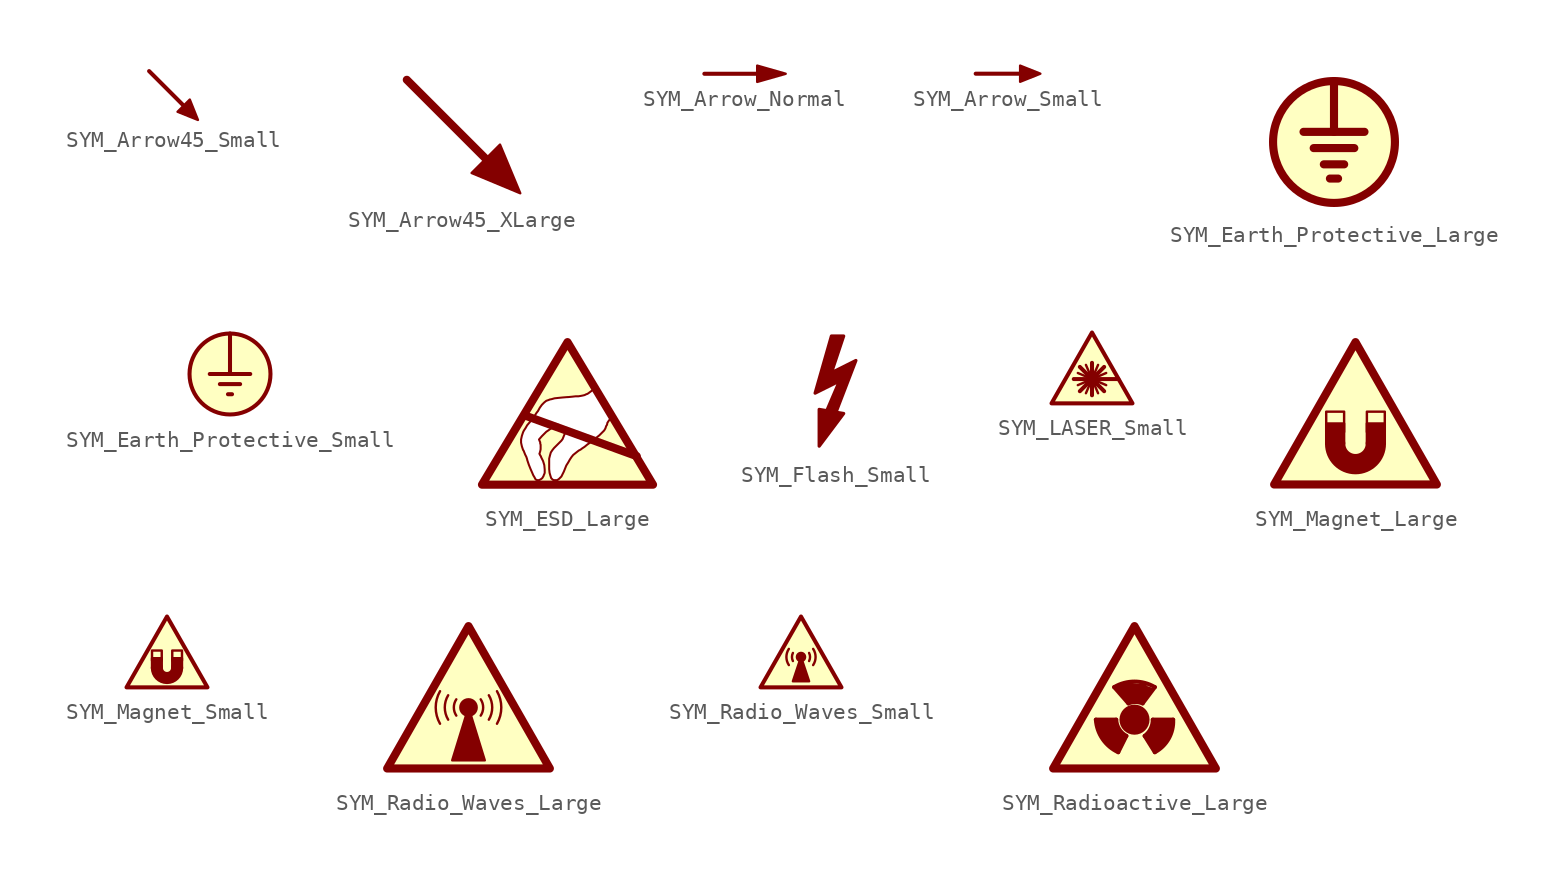
<source format=kicad_sym>
(kicad_symbol_lib
  (version 20220914)
  (generator kicad_symbol_editor)
  (symbol "SYM_Arrow45_Small"
    (property "Reference" "#SYM"
      (at 4.318 1.016 0)
      (effects (font (size 1.27 1.27)) hide))
    (symbol "SYM_Arrow45_Small_0_1"
      (polyline (pts (xy 1.27 -1.27) (xy -1.524 1.524)) (stroke (width 0.254) (type default)) (fill (type none)))
      (polyline (pts (xy 1.524 -1.524) (xy 0.254 -1.016) (xy 1.016 -0.254) (xy 1.524 -1.524)) (stroke (width 0) (type default)) (fill (type outline)))))
  (symbol "SYM_Arrow45_XLarge"
    (property "Reference" "#SYM"
      (at 2.794 2.54 0)
      (effects (font (size 1.27 1.27)) hide))
    (symbol "SYM_Arrow45_XLarge_0_1"
      (polyline (pts (xy 3.048 -3.048) (xy -3.556 3.556)) (stroke (width 0.508) (type default)) (fill (type none)))
      (polyline (pts (xy 3.556 -3.556) (xy 0.508 -2.286) (xy 2.286 -0.508) (xy 3.556 -3.556)) (stroke (width 0) (type default)) (fill (type outline)))))
  (symbol "SYM_Arrow_Normal"
    (property "Reference" "#SYM"
      (at 0 1.524 0)
      (effects (font (size 1.27 1.27)) hide))
    (symbol "SYM_Arrow_Normal_0_1"
      (polyline (pts (xy 1.524 0) (xy -2.54 0)) (stroke (width 0.254) (type default)) (fill (type none)))
      (polyline (pts (xy 2.54 0) (xy 0.762 -0.508) (xy 0.762 0.508) (xy 2.54 0)) (stroke (width 0) (type default)) (fill (type outline)))))
  (symbol "SYM_Arrow_Small"
    (property "Reference" "#SYM"
      (at 0 1.524 0)
      (effects (font (size 1.27 1.27)) hide))
    (symbol "SYM_Arrow_Small_0_1"
      (polyline (pts (xy 1.524 0) (xy -2.032 0)) (stroke (width 0.254) (type default)) (fill (type none)))
      (polyline (pts (xy 2.032 0) (xy 0.762 -0.508) (xy 0.762 0.508) (xy 2.032 0)) (stroke (width 0) (type default)) (fill (type outline)))))
  (symbol "SYM_Earth_Protective_Large"
    (property "Reference" "#SYM"
      (at 0 5.08 0)
      (effects (font (size 1.27 1.27)) hide))
    (symbol "SYM_Earth_Protective_Large_0_1"
      (polyline (pts (xy -1.27 -0.381) (xy 1.27 -0.381)) (stroke (width 0.508) (type default)) (fill (type none)))
      (polyline (pts (xy -0.254 -2.286) (xy 0.254 -2.286)) (stroke (width 0.508) (type default)) (fill (type none)))
      (polyline (pts (xy 0 0.635) (xy 0 3.81)) (stroke (width 0.508) (type default)) (fill (type none)))
      (polyline (pts (xy 1.905 0.635) (xy -1.905 0.635)) (stroke (width 0.508) (type default)) (fill (type none)))
      (polyline (pts (xy 0.635 -1.397) (xy -0.635 -1.397) (xy 0.635 -1.397)) (stroke (width 0.508) (type default)) (fill (type none)))
      (circle (center 0 0) (radius 3.81) (stroke (width 0.508) (type default)) (fill (type background)))))
  (symbol "SYM_Earth_Protective_Small"
    (property "Reference" "#SYM"
      (at 0 3.81 0)
      (effects (font (size 1.27 1.27)) hide))
    (symbol "SYM_Earth_Protective_Small_0_1"
      (polyline (pts (xy -0.635 -0.635) (xy 0.635 -0.635)) (stroke (width 0.254) (type default)) (fill (type none)))
      (polyline (pts (xy -0.127 -1.27) (xy 0.127 -1.27)) (stroke (width 0.254) (type default)) (fill (type none)))
      (polyline (pts (xy 0 0) (xy 0 2.54)) (stroke (width 0.254) (type default)) (fill (type none)))
      (polyline (pts (xy 1.27 0) (xy -1.27 0)) (stroke (width 0.254) (type default)) (fill (type none)))
      (circle (center 0 0) (radius 2.54) (stroke (width 0.254) (type default)) (fill (type background)))))
  (symbol "SYM_ESD_Large"
    (property "Reference" "#SYM"
      (at 0 5.08 0)
      (effects (font (size 1.27 1.27)) hide))
    (symbol "SYM_ESD_Large_0_0"
      (polyline (pts (xy -2.667 -0.762) (xy 4.318 -3.302)) (stroke (width 0.508) (type default)) (fill (type none)))
      (polyline (pts (xy 0.483 -5.131) (xy 5.385 -5.131) (xy 5.385 -5.105) (xy 5.334 -5.055) (xy 5.283 -4.953) (xy 5.207 -4.826) (xy 5.004 -4.47) (xy 4.877 -4.267) (xy 4.75 -4.039) (xy 4.14 -3.023) (xy 3.988 -2.743) (xy 3.531 -1.981) (xy 3.404 -1.753) (xy 3.277 -1.549) (xy 3.15 -1.372) (xy 3.073 -1.194) (xy 2.997 -1.067) (xy 2.921 -0.965) (xy 2.896 -0.889) (xy 2.845 -0.838) (xy 2.819 -0.864) (xy 2.769 -0.889) (xy 2.591 -1.067) (xy 2.489 -1.219) (xy 2.464 -1.346) (xy 2.413 -1.422) (xy 2.362 -1.575) (xy 2.286 -1.702) (xy 1.981 -2.007) (xy 1.854 -2.108) (xy 1.702 -2.235) (xy 1.549 -2.337) (xy 1.397 -2.464) (xy 1.219 -2.591) (xy 1.067 -2.718) (xy 0.914 -2.819) (xy 0.813 -2.896) (xy 0.711 -2.946) (xy 0.61 -3.023) (xy 0.356 -3.226) (xy 0.254 -3.353) (xy 0.152 -3.505) (xy 0.051 -3.683) (xy -0.076 -3.886) (xy -0.229 -4.267) (xy -0.381 -4.572) (xy -0.533 -4.724) (xy -0.61 -4.775) (xy -0.635 -4.801) (xy -0.838 -4.801) (xy -0.914 -4.775) (xy -1.016 -4.674) (xy -1.067 -4.521) (xy -1.118 -4.343) (xy -1.143 -4.115) (xy -1.143 -3.454) (xy -1.092 -3.251) (xy -1.041 -3.073) (xy -0.94 -2.921) (xy -0.838 -2.794) (xy -0.381 -2.337) (xy -0.305 -2.235) (xy -0.203 -1.981) (xy -0.178 -1.93) (xy -0.152 -1.829) (xy -0.127 -1.753) (xy -0.127 -1.727) (xy -0.203 -1.651) (xy -0.254 -1.575) (xy -0.356 -1.524) (xy -0.432 -1.448) (xy -0.508 -1.397) (xy -0.559 -1.346) (xy -0.61 -1.346) (xy -0.66 -1.372) (xy -0.737 -1.422) (xy -0.838 -1.473) (xy -0.965 -1.549) (xy -1.067 -1.6) (xy -1.168 -1.676) (xy -1.321 -1.778) (xy -1.6 -2.057) (xy -1.778 -2.261) (xy -1.727 -2.388) (xy -1.702 -2.438) (xy -1.702 -2.515) (xy -1.676 -2.591) (xy -1.676 -2.87) (xy -1.702 -2.997) (xy -1.727 -3.073) (xy -1.727 -3.099) (xy -1.753 -3.15) (xy -1.702 -3.251) (xy -1.651 -3.327) (xy -1.651 -3.353) (xy -1.524 -3.607) (xy -1.448 -3.861) (xy -1.422 -4.14) (xy -1.422 -4.343) (xy -1.448 -4.42) (xy -1.473 -4.47) (xy -1.499 -4.547) (xy -1.575 -4.674) (xy -1.676 -4.75) (xy -1.778 -4.801) (xy -1.88 -4.801) (xy -1.956 -4.775) (xy -2.007 -4.724) (xy -2.057 -4.623) (xy -2.134 -4.496) (xy -2.21 -4.318) (xy -2.311 -4.089) (xy -2.413 -3.835) (xy -2.515 -3.531) (xy -2.515 -3.505) (xy -2.565 -3.353) (xy -2.642 -3.2) (xy -2.743 -2.946) (xy -2.769 -2.921) (xy -2.845 -2.692) (xy -2.896 -2.464) (xy -2.896 -2.261) (xy -2.845 -2.032) (xy -2.769 -1.803) (xy -2.718 -1.702) (xy -2.616 -1.549) (xy -2.515 -1.372) (xy -2.362 -1.194) (xy -2.21 -0.991) (xy -2.108 -0.889) (xy -1.956 -0.635) (xy -1.88 -0.533) (xy -1.854 -0.508) (xy -1.727 -0.279) (xy -1.6 -0.102) (xy -1.448 0.051) (xy -1.321 0.152) (xy -1.168 0.203) (xy -1.118 0.229) (xy -0.991 0.254) (xy -0.813 0.305) (xy -0.584 0.33) (xy -0.33 0.356) (xy -0.025 0.381) (xy 0.025 0.381) (xy 0.279 0.406) (xy 0.508 0.432) (xy 0.686 0.432) (xy 0.838 0.457) (xy 0.965 0.483) (xy 1.067 0.508) (xy 1.168 0.559) (xy 1.245 0.584) (xy 1.321 0.635) (xy 1.524 0.787) (xy 1.727 0.991) (xy 1.727 1.041) (xy 1.702 1.092) (xy 1.651 1.168) (xy 1.6 1.27) (xy 1.499 1.422) (xy 1.422 1.6) (xy 1.168 2.007) (xy 1.041 2.235) (xy 0.66 2.87) (xy 0.508 3.099) (xy 0.406 3.302) (xy 0.305 3.454) (xy 0.229 3.581) (xy 0.152 3.683) (xy 0.102 3.759) (xy 0.051 3.861) (xy 0.025 3.886) (xy -0.051 3.886) (xy -0.051 3.861) (xy -0.127 3.785) (xy -0.152 3.734) (xy -0.203 3.658) (xy -0.254 3.556) (xy -0.406 3.302) (xy -0.508 3.15) (xy -0.61 2.972) (xy -0.737 2.769) (xy -1.041 2.261) (xy -1.219 1.956) (xy -1.422 1.626) (xy -1.88 0.864) (xy -2.134 0.406) (xy -2.438 -0.076) (xy -2.743 -0.61) (xy -2.921 -0.889) (xy -3.429 -1.753) (xy -3.658 -2.159) (xy -3.886 -2.54) (xy -4.115 -2.896) (xy -4.318 -3.251) (xy -4.521 -3.581) (xy -4.674 -3.886) (xy -4.851 -4.14) (xy -4.978 -4.394) (xy -5.105 -4.597) (xy -5.232 -4.775) (xy -5.359 -5.029) (xy -5.41 -5.105) (xy -5.41 -5.131) (xy -0.711 -5.131) (xy -0.025 -5.156) (xy 0.483 -5.131)) (stroke (width 0.127) (type default)) (fill (type background))))
    (symbol "SYM_ESD_Large_0_1"
      (polyline (pts (xy -5.334 -5.08) (xy 5.334 -5.08) (xy 0 3.81) (xy -5.334 -5.08)) (stroke (width 0.508) (type default)) (fill (type none)))))
  (symbol "SYM_Flash_Small"
    (property "Reference" "#SYM"
      (at -2.286 0 90)
      (effects (font (size 1.27 1.27)) hide))
    (symbol "SYM_Flash_Small_0_1"
      (polyline (pts (xy 0.508 -1.016) (xy -1.016 -0.762) (xy -1.016 -3.048) (xy 0.508 -1.016)) (stroke (width 0.203) (type default)) (fill (type outline)))
      (polyline (pts (xy -0.254 3.81) (xy 0.508 3.81) (xy -0.254 1.524) (xy 1.27 2.286) (xy 0 -1.016) (xy -0.508 -0.762) (xy 0.254 1.016) (xy -1.27 0.254) (xy -0.254 3.81)) (stroke (width 0.203) (type default)) (fill (type outline)))))
  (symbol "SYM_LASER_Small"
    (property "Reference" "#SYM"
      (at 0 3.556 0)
      (effects (font (size 1.27 1.27)) hide))
    (symbol "SYM_LASER_Small_0_1"
      (polyline (pts (xy -1.143 -0.381) (xy 1.651 -0.381)) (stroke (width 0.254) (type default)) (fill (type none)))
      (polyline (pts (xy -0.889 -0.762) (xy 0.889 0)) (stroke (width 0) (type default)) (fill (type none)))
      (polyline (pts (xy -0.889 0) (xy 0.889 -0.762)) (stroke (width 0) (type default)) (fill (type none)))
      (polyline (pts (xy -0.762 -1.143) (xy 0.762 0.381)) (stroke (width 0.254) (type default)) (fill (type none)))
      (polyline (pts (xy -0.381 0.508) (xy 0.381 -1.27)) (stroke (width 0) (type default)) (fill (type none)))
      (polyline (pts (xy 0 -1.397) (xy 0 0.635)) (stroke (width 0.254) (type default)) (fill (type none)))
      (polyline (pts (xy 0.381 0.508) (xy -0.381 -1.27)) (stroke (width 0) (type default)) (fill (type none)))
      (polyline (pts (xy 0.762 -1.143) (xy -0.762 0.381)) (stroke (width 0.254) (type default)) (fill (type none)))
      (polyline (pts (xy -2.54 -1.905) (xy 2.54 -1.905) (xy 0 2.54) (xy -2.54 -1.905)) (stroke (width 0.254) (type default)) (fill (type background)))))
  (symbol "SYM_Magnet_Large"
    (property "Reference" "#SYM"
      (at 0 5.08 0)
      (effects (font (size 1.27 1.27)) hide))
    (symbol "SYM_Magnet_Large_0_1"
      (rectangle (start -1.829 -1.27) (end -0.711 -2.54) (stroke (width 0) (type default)) (fill (type outline)))
      (rectangle (start -1.829 -0.533) (end -0.711 -1.803) (stroke (width 0) (type default)) (fill (type background)))
      (arc (start -1.27 -2.54) (mid 0 -3.8045) (end 1.27 -2.54) (stroke (width 1.27) (type default)) (fill (type none)))
      (polyline (pts (xy -5.08 -5.08) (xy 5.08 -5.08) (xy 0 3.81) (xy -5.08 -5.08)) (stroke (width 0.508) (type default)) (fill (type background)))
      (rectangle (start 0.711 -1.27) (end 1.829 -2.54) (stroke (width 0) (type default)) (fill (type outline)))
      (rectangle (start 0.711 -0.533) (end 1.829 -1.803) (stroke (width 0) (type default)) (fill (type background)))))
  (symbol "SYM_Magnet_Small"
    (property "Reference" "#SYM"
      (at 0 3.556 0)
      (effects (font (size 1.27 1.27)) hide))
    (symbol "SYM_Magnet_Small_0_1"
      (rectangle (start -0.94 -0.711) (end -0.33 -0.076) (stroke (width 0) (type default)) (fill (type outline)))
      (rectangle (start -0.94 -0.229) (end -0.33 0.406) (stroke (width 0) (type default)) (fill (type background)))
      (arc (start -0.635 -0.6858) (mid 0 -1.3181) (end 0.635 -0.6858) (stroke (width 0.762) (type default)) (fill (type none)))
      (polyline (pts (xy -2.54 -1.905) (xy 2.54 -1.905) (xy 0 2.54) (xy -2.54 -1.905)) (stroke (width 0.254) (type default)) (fill (type background)))
      (rectangle (start 0.33 -0.711) (end 0.94 -0.076) (stroke (width 0) (type default)) (fill (type outline)))
      (rectangle (start 0.33 -0.229) (end 0.94 0.406) (stroke (width 0) (type default)) (fill (type background)))))
  (symbol "SYM_Radio_Waves_Large"
    (property "Reference" "#SYM"
      (at 0 5.08 0)
      (effects (font (size 1.27 1.27)) hide))
    (symbol "SYM_Radio_Waves_Large_0_1"
      (arc (start -1.778 -0.254) (mid -2.0478 -1.27) (end -1.778 -2.286) (stroke (width 0) (type default)) (fill (type none)))
      (arc (start -1.27 -0.508) (mid -1.4811 -1.27) (end -1.27 -2.032) (stroke (width 0) (type default)) (fill (type none)))
      (arc (start -0.762 -0.762) (mid -0.9158 -1.27) (end -0.762 -1.778) (stroke (width 0) (type default)) (fill (type none)))
      (circle (center 0 -1.27) (radius 0.508) (stroke (width 0) (type default)) (fill (type outline)))
      (polyline (pts (xy -5.08 -5.08) (xy 5.08 -5.08) (xy 0 3.81) (xy -5.08 -5.08)) (stroke (width 0.508) (type default)) (fill (type background)))
      (polyline (pts (xy -1.016 -4.572) (xy 1.016 -4.572) (xy 0 -1.27) (xy -1.016 -4.572)) (stroke (width 0) (type default)) (fill (type outline)))
      (arc (start 0.762 -1.778) (mid 0.9158 -1.27) (end 0.762 -0.762) (stroke (width 0) (type default)) (fill (type none)))
      (arc (start 1.27 -2.032) (mid 1.4811 -1.27) (end 1.27 -0.508) (stroke (width 0) (type default)) (fill (type none)))
      (arc (start 1.778 -2.286) (mid 2.0478 -1.27) (end 1.778 -0.254) (stroke (width 0) (type default)) (fill (type none)))))
  (symbol "SYM_Radio_Waves_Small"
    (property "Reference" "#SYM"
      (at 0 3.556 0)
      (effects (font (size 1.27 1.27)) hide))
    (symbol "SYM_Radio_Waves_Small_0_1"
      (arc (start -0.762 0.508) (mid -0.9158 0) (end -0.762 -0.508) (stroke (width 0) (type default)) (fill (type none)))
      (arc (start -0.508 0.254) (mid -0.568 0) (end -0.508 -0.254) (stroke (width 0) (type default)) (fill (type none)))
      (polyline (pts (xy -2.54 -1.905) (xy 2.54 -1.905) (xy 0 2.54) (xy -2.54 -1.905)) (stroke (width 0.254) (type default)) (fill (type background)))
      (polyline (pts (xy -0.508 -1.524) (xy 0.508 -1.524) (xy 0 0) (xy -0.508 -1.524)) (stroke (width 0) (type default)) (fill (type outline)))
      (circle (center 0 0) (radius 0.254) (stroke (width 0) (type default)) (fill (type outline)))
      (arc (start 0.508 -0.254) (mid 0.568 0) (end 0.508 0.254) (stroke (width 0) (type default)) (fill (type none)))
      (arc (start 0.762 -0.508) (mid 0.9158 0) (end 0.762 0.508) (stroke (width 0) (type default)) (fill (type none)))))
  (symbol "SYM_Radioactive_Large"
    (property "Reference" "#SYM"
      (at 2.413 7.112 0)
      (effects (font (size 1.27 1.27)) hide))
    (symbol "SYM_Radioactive_Large_0_0"
      (polyline (pts (xy 0 0) (xy 1.27 0)) (stroke (width 0.254) (type default)) (fill (type none)))
      (polyline (pts (xy 1.143 2.032) (xy 2.032 1.016)) (stroke (width 0.254) (type default)) (fill (type none)))
      (polyline (pts (xy 1.397 -2.032) (xy 1.905 -1.016)) (stroke (width 0.254) (type default)) (fill (type none)))
      (polyline (pts (xy 2.921 1.016) (xy 3.683 2.032)) (stroke (width 0.254) (type default)) (fill (type none)))
      (polyline (pts (xy 3.048 -1.016) (xy 3.683 -2.032)) (stroke (width 0.254) (type default)) (fill (type none)))
      (polyline (pts (xy 3.556 0) (xy 4.826 0)) (stroke (width 0.254) (type default)) (fill (type none)))
      (polyline (pts (xy 3.048 -1.016) (xy 3.683 -2.032) (xy 4.191 -1.651) (xy 4.572 -1.016) (xy 4.699 -0.381) (xy 4.826 0) (xy 3.556 0) (xy 3.556 -0.381) (xy 3.302 -0.762) (xy 3.048 -1.016)) (stroke (width 0) (type default)) (fill (type outline)))
      (polyline (pts (xy 0 0) (xy 1.27 0) (xy 1.27 -0.254) (xy 1.397 -0.508) (xy 1.651 -0.889) (xy 1.905 -1.016) (xy 1.397 -2.032) (xy 1.016 -1.778) (xy 0.635 -1.397) (xy 0.254 -0.889) (xy 0 0)) (stroke (width 0) (type default)) (fill (type outline)))
      (polyline (pts (xy 2.032 1.016) (xy 1.397 1.905) (xy 1.143 2.032) (xy 1.778 2.286) (xy 2.667 2.159) (xy 3.048 2.159) (xy 3.175 2.032) (xy 3.556 1.905) (xy 2.921 1.016) (xy 2.54 1.143) (xy 2.286 1.143) (xy 2.032 1.016)) (stroke (width 0) (type default)) (fill (type outline)))
      (arc (start 0 0) (mid 0.419 -1.2071) (end 1.397 -2.032) (stroke (width 0.254) (type default)) (fill (type none)))
      (arc (start 1.27 0) (mid 1.4524 -0.587) (end 1.905 -1.016) (stroke (width 0.254) (type default)) (fill (type none)))
      (circle (center 2.413 0) (radius 0.813) (stroke (width 0.254) (type default)) (fill (type outline)))
      (arc (start 2.921 1.016) (mid 2.4757 1.104) (end 2.032 1.016) (stroke (width 0.254) (type default)) (fill (type none)))
      (arc (start 3.048 -1.016) (mid 3.4219 -0.568) (end 3.556 0) (stroke (width 0.254) (type default)) (fill (type none)))
      (arc (start 3.683 -2.032) (mid 4.5507 -1.1815) (end 4.826 0) (stroke (width 0.254) (type default)) (fill (type none)))
      (arc (start 3.683 2.032) (mid 2.413 2.3778) (end 1.143 2.032) (stroke (width 0.254) (type default)) (fill (type none))))
    (symbol "SYM_Radioactive_Large_0_1"
      (polyline (pts (xy -2.667 -3.048) (xy 7.493 -3.048) (xy 2.413 5.842) (xy -2.667 -3.048)) (stroke (width 0.508) (type default)) (fill (type background))))))
</source>
